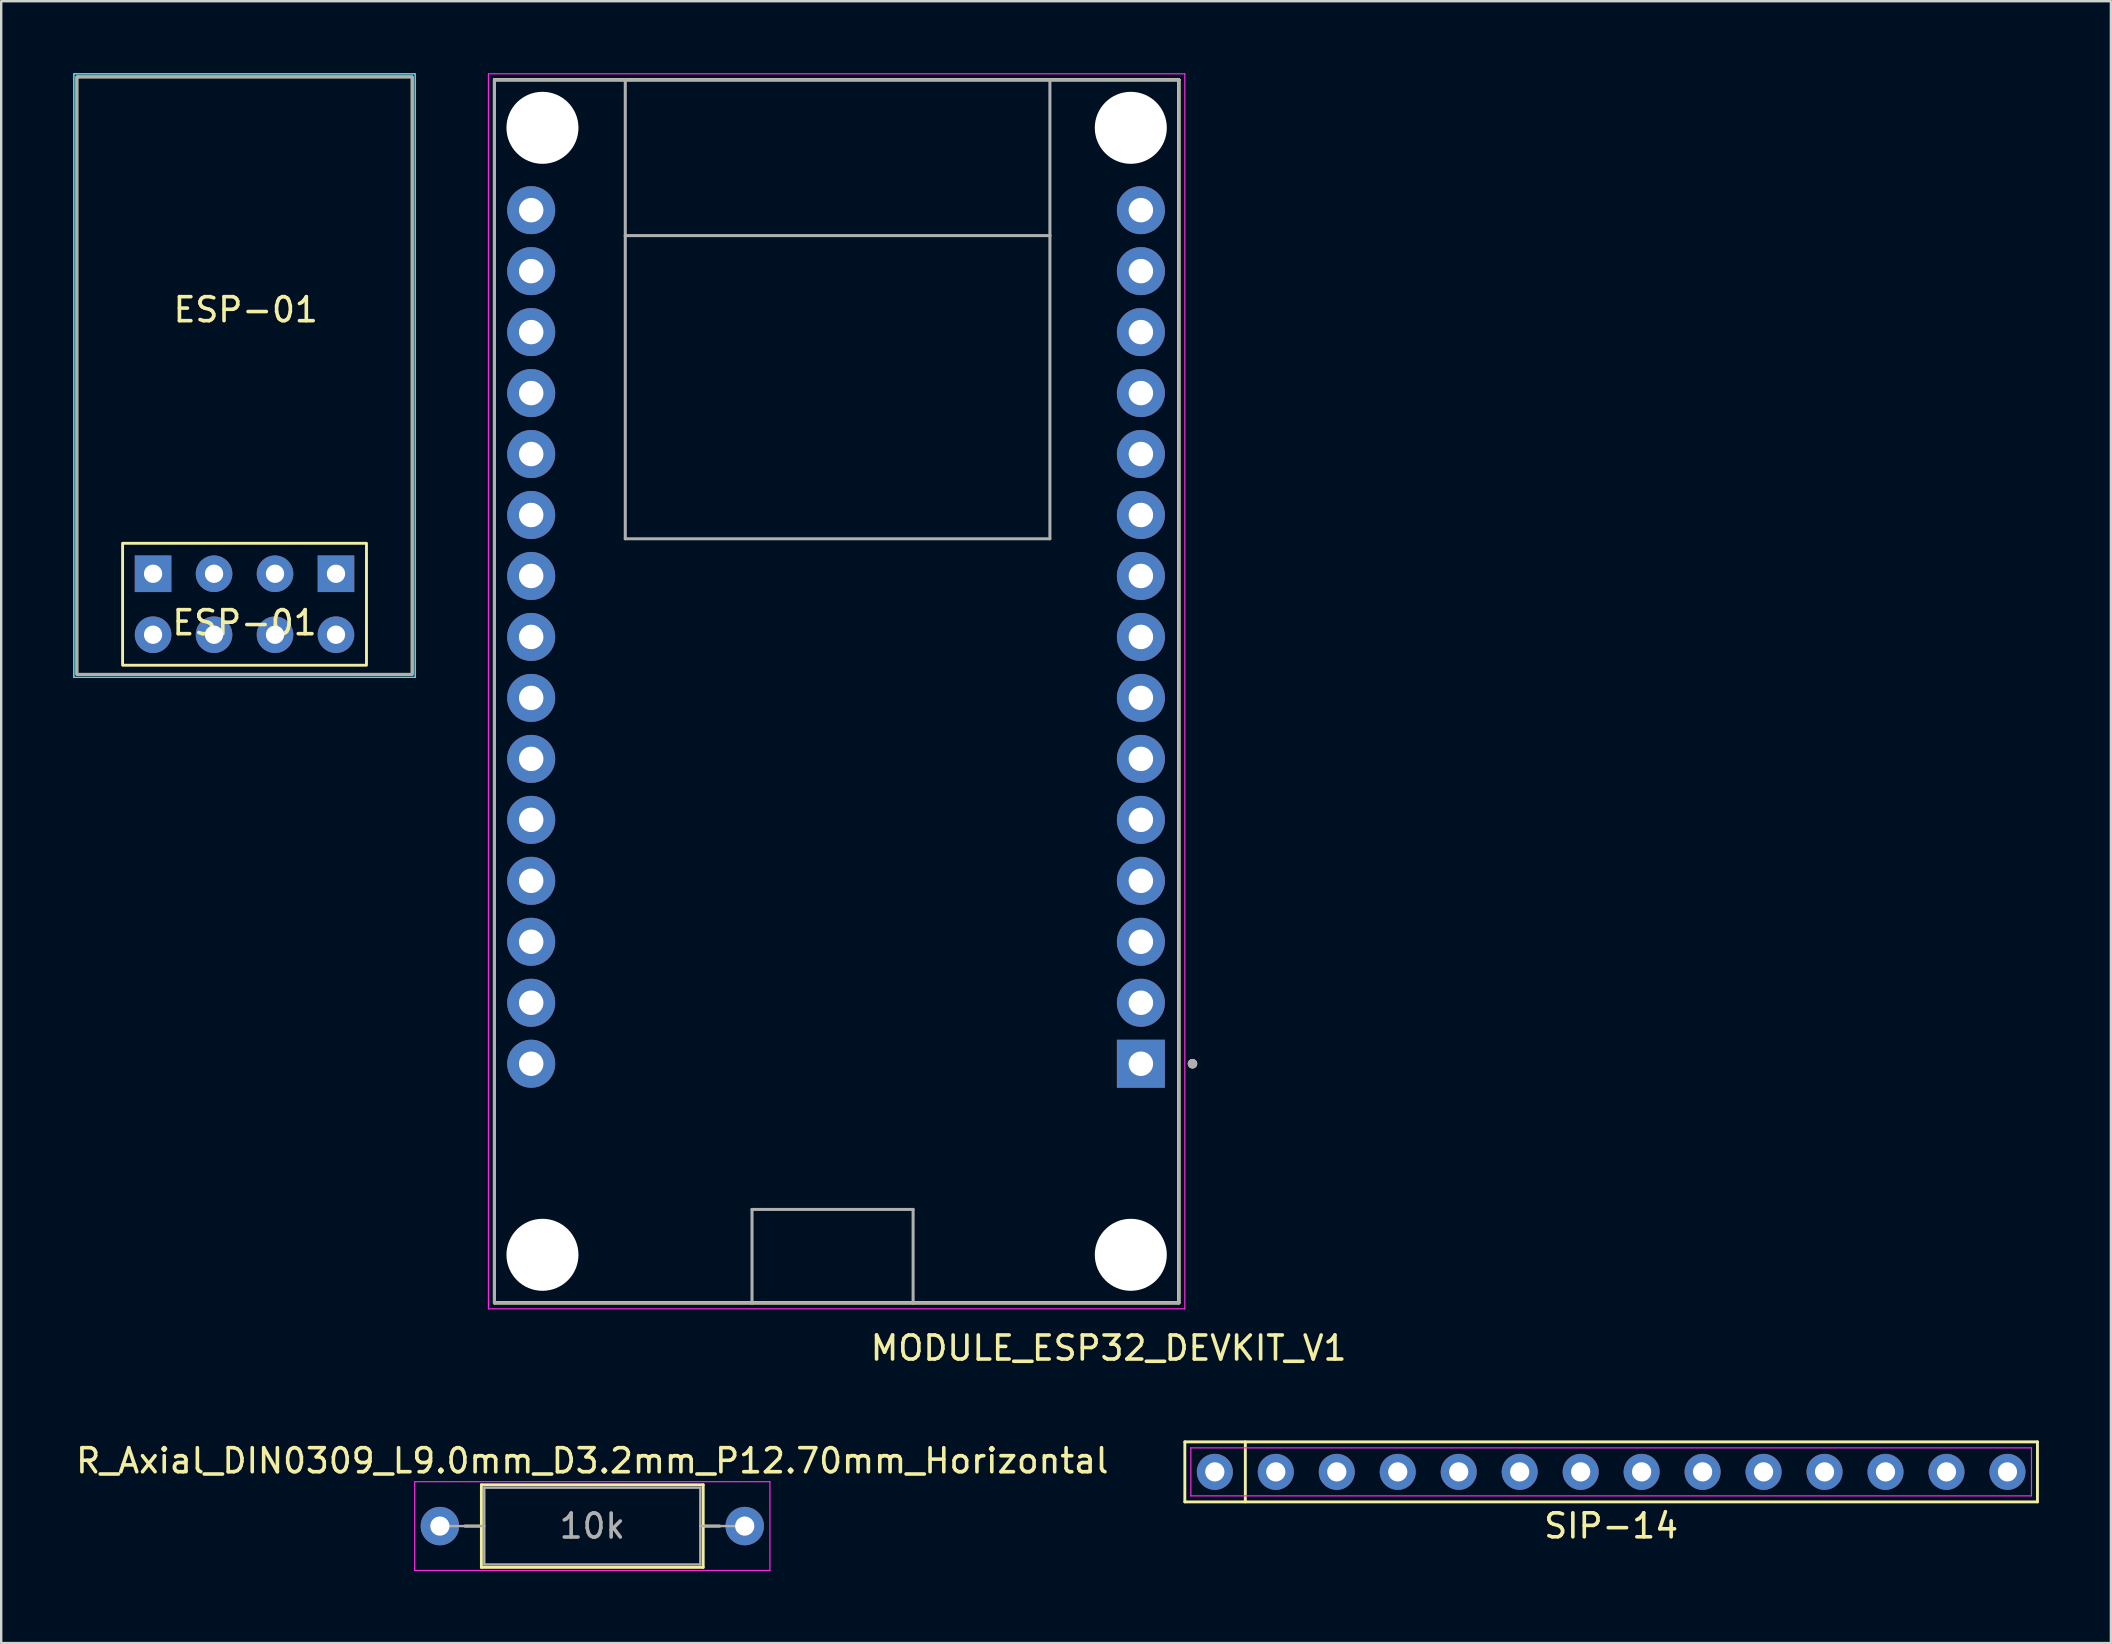
<source format=kicad_pcb>
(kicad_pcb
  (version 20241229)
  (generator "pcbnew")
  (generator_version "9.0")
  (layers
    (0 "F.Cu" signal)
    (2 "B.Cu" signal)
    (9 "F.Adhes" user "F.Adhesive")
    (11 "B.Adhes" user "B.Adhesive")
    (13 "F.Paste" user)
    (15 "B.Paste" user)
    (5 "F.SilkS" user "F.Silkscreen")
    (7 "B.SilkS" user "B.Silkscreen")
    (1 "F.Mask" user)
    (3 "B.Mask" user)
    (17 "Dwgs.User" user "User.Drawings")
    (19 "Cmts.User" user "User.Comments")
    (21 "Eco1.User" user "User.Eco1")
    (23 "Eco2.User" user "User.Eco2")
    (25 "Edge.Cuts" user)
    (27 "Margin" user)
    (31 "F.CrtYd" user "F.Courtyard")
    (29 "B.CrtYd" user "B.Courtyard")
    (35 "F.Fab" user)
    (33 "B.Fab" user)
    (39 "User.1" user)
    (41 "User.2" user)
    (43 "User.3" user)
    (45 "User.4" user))
  (footprint "MODULE_ESP32_DEVKIT_V1"
    (layer "F.Cu")
    (at 32.287 25.75)
    (property "Reference" "MODULE_ESP32_DEVKIT_V1" (at 10.847 27.36 180) (layer "F.SilkS") (effects (font (size 1 1) (thickness 0.15))))
    (attr through_hole)
    (fp_line (start -14.738 -25.475) (end 13.772 -25.475) (stroke (width 0.127) (type solid)) (layer "F.SilkS"))
    (fp_line (start -14.738 25.475) (end -14.738 -25.475) (stroke (width 0.127) (type solid)) (layer "F.SilkS"))
    (fp_line (start -14.738 25.475) (end -14.738 -25.475) (stroke (width 0.127) (type solid)) (layer "F.SilkS"))
    (fp_line (start -9.288 -25.475) (end -14.738 -25.475) (stroke (width 0.127) (type solid)) (layer "F.SilkS"))
    (fp_line (start -4.008 25.475) (end -14.738 25.475) (stroke (width 0.127) (type solid)) (layer "F.SilkS"))
    (fp_line (start 2.703 25.475) (end -4.008 25.475) (stroke (width 0.127) (type solid)) (layer "F.SilkS"))
    (fp_line (start 8.402 -25.475) (end -9.288 -25.475) (stroke (width 0.127) (type solid)) (layer "F.SilkS"))
    (fp_line (start 13.772 -25.475) (end 8.402 -25.475) (stroke (width 0.127) (type solid)) (layer "F.SilkS"))
    (fp_line (start 13.772 -25.475) (end 13.772 25.475) (stroke (width 0.127) (type solid)) (layer "F.SilkS"))
    (fp_line (start 13.772 -25.475) (end 13.772 25.475) (stroke (width 0.127) (type solid)) (layer "F.SilkS"))
    (fp_line (start 13.772 25.475) (end -14.738 25.475) (stroke (width 0.127) (type solid)) (layer "F.SilkS"))
    (fp_line (start 13.772 25.475) (end 2.703 25.475) (stroke (width 0.127) (type solid)) (layer "F.SilkS"))
    (fp_circle (center 14.342 15.515) (end 14.242 15.515) (stroke (width 0.2) (type solid)) (fill no) (layer "F.SilkS"))
    (fp_line (start -14.988 -25.725) (end -14.988 25.725) (stroke (width 0.05) (type solid)) (layer "F.CrtYd"))
    (fp_line (start -14.988 25.725) (end 14.022 25.725) (stroke (width 0.05) (type solid)) (layer "F.CrtYd"))
    (fp_line (start 14.022 -25.725) (end -14.988 -25.725) (stroke (width 0.05) (type solid)) (layer "F.CrtYd"))
    (fp_line (start 14.022 25.725) (end 14.022 -25.725) (stroke (width 0.05) (type solid)) (layer "F.CrtYd"))
    (fp_line (start -14.738 25.475) (end -14.738 -25.475) (stroke (width 0.127) (type solid)) (layer "F.Fab"))
    (fp_line (start -9.288 -25.475) (end -14.738 -25.475) (stroke (width 0.127) (type solid)) (layer "F.Fab"))
    (fp_line (start -9.288 -18.985) (end -9.288 -25.475) (stroke (width 0.127) (type solid)) (layer "F.Fab"))
    (fp_line (start -9.288 -6.355) (end -9.288 -18.985) (stroke (width 0.127) (type solid)) (layer "F.Fab"))
    (fp_line (start -4.008 21.585) (end 2.703 21.585) (stroke (width 0.127) (type solid)) (layer "F.Fab"))
    (fp_line (start -4.008 25.475) (end -14.738 25.475) (stroke (width 0.127) (type solid)) (layer "F.Fab"))
    (fp_line (start -4.008 25.475) (end -4.008 21.585) (stroke (width 0.127) (type solid)) (layer "F.Fab"))
    (fp_line (start 2.703 21.585) (end 2.703 25.475) (stroke (width 0.127) (type solid)) (layer "F.Fab"))
    (fp_line (start 2.703 25.475) (end -4.008 25.475) (stroke (width 0.127) (type solid)) (layer "F.Fab"))
    (fp_line (start 8.402 -25.475) (end -9.288 -25.475) (stroke (width 0.127) (type solid)) (layer "F.Fab"))
    (fp_line (start 8.402 -25.475) (end 8.402 -18.985) (stroke (width 0.127) (type solid)) (layer "F.Fab"))
    (fp_line (start 8.402 -18.985) (end -9.288 -18.985) (stroke (width 0.127) (type solid)) (layer "F.Fab"))
    (fp_line (start 8.402 -18.985) (end 8.402 -6.355) (stroke (width 0.127) (type solid)) (layer "F.Fab"))
    (fp_line (start 8.402 -6.355) (end -9.288 -6.355) (stroke (width 0.127) (type solid)) (layer "F.Fab"))
    (fp_line (start 13.772 -25.475) (end 8.402 -25.475) (stroke (width 0.127) (type solid)) (layer "F.Fab"))
    (fp_line (start 13.772 -25.475) (end 13.772 25.475) (stroke (width 0.127) (type solid)) (layer "F.Fab"))
    (fp_line (start 13.772 25.475) (end 2.703 25.475) (stroke (width 0.127) (type solid)) (layer "F.Fab"))
    (fp_circle (center 14.342 15.515) (end 14.242 15.515) (stroke (width 0.2) (type solid)) (fill no) (layer "F.Fab"))
    (pad "" np_thru_hole circle (at -12.738 -23.475 180) (size 3 3) (drill 3) (layers "*.Cu" "*.Mask"))
    (pad "" np_thru_hole circle (at -12.738 23.475 180) (size 3 3) (drill 3) (layers "*.Cu" "*.Mask"))
    (pad "" np_thru_hole circle (at 11.772 -23.475 180) (size 3 3) (drill 3) (layers "*.Cu" "*.Mask"))
    (pad "" np_thru_hole circle (at 11.772 23.475 180) (size 3 3) (drill 3) (layers "*.Cu" "*.Mask"))
    (pad "1" thru_hole rect (at 12.192 15.515 180) (size 2 2) (drill 1.02) (layers "*.Cu" "*.Mask"))
    (pad "2" thru_hole circle (at 12.192 12.975 180) (size 2 2) (drill 1.02) (layers "*.Cu" "*.Mask"))
    (pad "3" thru_hole circle (at 12.192 10.435 180) (size 2 2) (drill 1.02) (layers "*.Cu" "*.Mask"))
    (pad "4" thru_hole circle (at 12.192 7.895 180) (size 2 2) (drill 1.02) (layers "*.Cu" "*.Mask"))
    (pad "5" thru_hole circle (at 12.192 5.355 180) (size 2 2) (drill 1.02) (layers "*.Cu" "*.Mask"))
    (pad "6" thru_hole circle (at 12.192 2.815 180) (size 2 2) (drill 1.02) (layers "*.Cu" "*.Mask"))
    (pad "7" thru_hole circle (at 12.192 0.275 180) (size 2 2) (drill 1.02) (layers "*.Cu" "*.Mask"))
    (pad "8" thru_hole circle (at 12.192 -2.265 180) (size 2 2) (drill 1.02) (layers "*.Cu" "*.Mask"))
    (pad "9" thru_hole circle (at 12.192 -4.805 180) (size 2 2) (drill 1.02) (layers "*.Cu" "*.Mask"))
    (pad "10" thru_hole circle (at 12.192 -7.345 180) (size 2 2) (drill 1.02) (layers "*.Cu" "*.Mask"))
    (pad "11" thru_hole circle (at 12.192 -9.885 180) (size 2 2) (drill 1.02) (layers "*.Cu" "*.Mask"))
    (pad "12" thru_hole circle (at 12.192 -12.425 180) (size 2 2) (drill 1.02) (layers "*.Cu" "*.Mask"))
    (pad "13" thru_hole circle (at 12.192 -14.965 180) (size 2 2) (drill 1.02) (layers "*.Cu" "*.Mask"))
    (pad "14" thru_hole circle (at 12.192 -17.505 180) (size 2 2) (drill 1.02) (layers "*.Cu" "*.Mask"))
    (pad "15" thru_hole circle (at 12.192 -20.045 180) (size 2 2) (drill 1.02) (layers "*.Cu" "*.Mask"))
    (pad "16" thru_hole circle (at -13.208 -20.045 180) (size 2 2) (drill 1.02) (layers "*.Cu" "*.Mask"))
    (pad "17" thru_hole circle (at -13.208 -17.505 180) (size 2 2) (drill 1.02) (layers "*.Cu" "*.Mask"))
    (pad "18" thru_hole circle (at -13.208 -14.965 180) (size 2 2) (drill 1.02) (layers "*.Cu" "*.Mask"))
    (pad "19" thru_hole circle (at -13.208 -12.425 180) (size 2 2) (drill 1.02) (layers "*.Cu" "*.Mask"))
    (pad "20" thru_hole circle (at -13.208 -9.885 180) (size 2 2) (drill 1.02) (layers "*.Cu" "*.Mask"))
    (pad "21" thru_hole circle (at -13.208 -7.345 180) (size 2 2) (drill 1.02) (layers "*.Cu" "*.Mask"))
    (pad "22" thru_hole circle (at -13.208 -4.805 180) (size 2 2) (drill 1.02) (layers "*.Cu" "*.Mask"))
    (pad "23" thru_hole circle (at -13.208 -2.265 180) (size 2 2) (drill 1.02) (layers "*.Cu" "*.Mask"))
    (pad "24" thru_hole circle (at -13.208 0.275 180) (size 2 2) (drill 1.02) (layers "*.Cu" "*.Mask"))
    (pad "25" thru_hole circle (at -13.208 2.815 180) (size 2 2) (drill 1.02) (layers "*.Cu" "*.Mask"))
    (pad "26" thru_hole circle (at -13.208 5.355 180) (size 2 2) (drill 1.02) (layers "*.Cu" "*.Mask"))
    (pad "27" thru_hole circle (at -13.208 7.895 180) (size 2 2) (drill 1.02) (layers "*.Cu" "*.Mask"))
    (pad "28" thru_hole circle (at -13.208 10.435 180) (size 2 2) (drill 1.02) (layers "*.Cu" "*.Mask"))
    (pad "29" thru_hole circle (at -13.208 12.975 180) (size 2 2) (drill 1.02) (layers "*.Cu" "*.Mask"))
    (pad "30" thru_hole circle (at -13.208 15.515 180) (size 2 2) (drill 1.02) (layers "*.Cu" "*.Mask")))
  (footprint "SIP-14"
    (layer "F.Cu")
    (at 64.07 58.268)
    (property "Reference" "SIP-14" (at 0 2.25 0) (layer "F.SilkS") (effects (font (size 1 1) (thickness 0.15))))
    (fp_line (start -17.76 -1.25) (end 17.76 -1.25) (stroke (width 0.12) (type default)) (layer "F.SilkS"))
    (fp_line (start -17.76 1.25) (end -17.76 -1.25) (stroke (width 0.12) (type default)) (layer "F.SilkS"))
    (fp_line (start -15.24 -1.25) (end -15.24 1.25) (stroke (width 0.12) (type default)) (layer "F.SilkS"))
    (fp_line (start 17.76 -1.25) (end 17.76 1.25) (stroke (width 0.12) (type default)) (layer "F.SilkS"))
    (fp_line (start 17.76 1.25) (end -17.76 1.25) (stroke (width 0.12) (type default)) (layer "F.SilkS"))
    (fp_line (start -17.51 -1) (end 17.51 -1) (stroke (width 0.05) (type default)) (layer "F.CrtYd"))
    (fp_line (start -17.51 1) (end -17.51 -1) (stroke (width 0.05) (type default)) (layer "F.CrtYd"))
    (fp_line (start 17.51 -1) (end 17.51 1) (stroke (width 0.05) (type default)) (layer "F.CrtYd"))
    (fp_line (start 17.51 1) (end -17.51 1) (stroke (width 0.05) (type default)) (layer "F.CrtYd"))
    (pad "1" thru_hole circle (at -16.51 0) (size 1.5 1.5) (drill 0.8) (layers "*.Cu" "*.Mask"))
    (pad "2" thru_hole circle (at -13.97 0) (size 1.5 1.5) (drill 0.8) (layers "*.Cu" "*.Mask"))
    (pad "3" thru_hole circle (at -11.43 0) (size 1.5 1.5) (drill 0.8) (layers "*.Cu" "*.Mask"))
    (pad "4" thru_hole circle (at -8.89 0) (size 1.5 1.5) (drill 0.8) (layers "*.Cu" "*.Mask"))
    (pad "5" thru_hole circle (at -6.35 0) (size 1.5 1.5) (drill 0.8) (layers "*.Cu" "*.Mask"))
    (pad "6" thru_hole circle (at -3.81 0) (size 1.5 1.5) (drill 0.8) (layers "*.Cu" "*.Mask"))
    (pad "7" thru_hole circle (at -1.27 0) (size 1.5 1.5) (drill 0.8) (layers "*.Cu" "*.Mask"))
    (pad "8" thru_hole circle (at 1.27 0) (size 1.5 1.5) (drill 0.8) (layers "*.Cu" "*.Mask"))
    (pad "9" thru_hole circle (at 3.81 0) (size 1.5 1.5) (drill 0.8) (layers "*.Cu" "*.Mask"))
    (pad "10" thru_hole circle (at 6.35 0) (size 1.5 1.5) (drill 0.8) (layers "*.Cu" "*.Mask"))
    (pad "11" thru_hole circle (at 8.89 0) (size 1.5 1.5) (drill 0.8) (layers "*.Cu" "*.Mask"))
    (pad "12" thru_hole circle (at 11.43 0) (size 1.5 1.5) (drill 0.8) (layers "*.Cu" "*.Mask"))
    (pad "13" thru_hole circle (at 13.97 0) (size 1.5 1.5) (drill 0.8) (layers "*.Cu" "*.Mask"))
    (pad "14" thru_hole circle (at 16.51 0) (size 1.5 1.5) (drill 0.8) (layers "*.Cu" "*.Mask")))
  (footprint "ESP-01"
    (layer "F.Cu")
    (at 7.137 23.393)
    (property "Reference" "ESP-01" (at 0 -0.5 0) (unlocked yes) (layer "F.SilkS") (effects (font (size 1 1) (thickness 0.15))))
    (attr through_hole)
    (fp_rect (start -6.985 -23.241) (end 6.985 1.651) (stroke (width 0.12) (type default)) (fill no) (layer "F.SilkS"))
    (fp_rect (start 5.08 1.27) (end -5.08 -3.81) (stroke (width 0.12) (type default)) (fill no) (layer "F.SilkS"))
    (fp_rect (start -7.112 1.778) (end 7.112 -23.368) (stroke (width 0.05) (type default)) (fill no) (layer "B.CrtYd"))
    (fp_rect (start -7.112 1.778) (end 7.112 -23.368) (stroke (width 0.05) (type default)) (fill no) (layer "F.Fab"))
    (fp_rect (start -6.985 -23.241) (end 6.985 1.651) (stroke (width 0.12) (type default)) (fill no) (layer "F.Fab"))
    (fp_text user "ESP-01" (at -3.048 -12.954 0) (unlocked yes) (layer "F.SilkS") (effects (font (size 1 1) (thickness 0.15)) (justify left bottom)))
    (pad "EN" thru_hole circle (at -1.27 0) (size 1.524 1.524) (drill 0.762) (layers "*.Cu" "*.Mask"))
    (pad "GND" thru_hole rect (at -3.81 -2.54) (size 1.524 1.524) (drill 0.762) (layers "*.Cu" "*.Mask"))
    (pad "IO0" thru_hole circle (at 1.27 -2.54) (size 1.524 1.524) (drill 0.762) (layers "*.Cu" "*.Mask"))
    (pad "IO2" thru_hole circle (at -1.27 -2.54) (size 1.524 1.524) (drill 0.762) (layers "*.Cu" "*.Mask"))
    (pad "RST" thru_hole circle (at 1.27 0) (size 1.524 1.524) (drill 0.762) (layers "*.Cu" "*.Mask"))
    (pad "RXD" thru_hole rect (at 3.81 -2.54) (size 1.524 1.524) (drill 0.762) (layers "*.Cu" "*.Mask"))
    (pad "TXD" thru_hole circle (at -3.81 0) (size 1.524 1.524) (drill 0.762) (layers "*.Cu" "*.Mask"))
    (pad "VCC" thru_hole circle (at 3.81 0) (size 1.524 1.524) (drill 0.762) (layers "*.Cu" "*.Mask")))
  (footprint "R_Axial_DIN0309_L9.0mm_D3.2mm_P12.70mm_Horizontal"
    (layer "F.Cu")
    (at 15.275 60.526)
    (property "Reference" "R_Axial_DIN0309_L9.0mm_D3.2mm_P12.70mm_Horizontal" (at 6.35 -2.72 0) (layer "F.SilkS") (effects (font (size 1 1) (thickness 0.15))))
    (attr through_hole)
    (fp_line (start 1.04 0) (end 1.73 0) (stroke (width 0.12) (type solid)) (layer "F.SilkS"))
    (fp_line (start 1.73 -1.72) (end 1.73 1.72) (stroke (width 0.12) (type solid)) (layer "F.SilkS"))
    (fp_line (start 1.73 1.72) (end 10.97 1.72) (stroke (width 0.12) (type solid)) (layer "F.SilkS"))
    (fp_line (start 10.97 -1.72) (end 1.73 -1.72) (stroke (width 0.12) (type solid)) (layer "F.SilkS"))
    (fp_line (start 10.97 1.72) (end 10.97 -1.72) (stroke (width 0.12) (type solid)) (layer "F.SilkS"))
    (fp_line (start 11.66 0) (end 10.97 0) (stroke (width 0.12) (type solid)) (layer "F.SilkS"))
    (fp_line (start -1.05 -1.85) (end -1.05 1.85) (stroke (width 0.05) (type solid)) (layer "F.CrtYd"))
    (fp_line (start -1.05 1.85) (end 13.75 1.85) (stroke (width 0.05) (type solid)) (layer "F.CrtYd"))
    (fp_line (start 13.75 -1.85) (end -1.05 -1.85) (stroke (width 0.05) (type solid)) (layer "F.CrtYd"))
    (fp_line (start 13.75 1.85) (end 13.75 -1.85) (stroke (width 0.05) (type solid)) (layer "F.CrtYd"))
    (fp_line (start 0 0) (end 1.85 0) (stroke (width 0.1) (type solid)) (layer "F.Fab"))
    (fp_line (start 1.85 -1.6) (end 1.85 1.6) (stroke (width 0.1) (type solid)) (layer "F.Fab"))
    (fp_line (start 1.85 1.6) (end 10.85 1.6) (stroke (width 0.1) (type solid)) (layer "F.Fab"))
    (fp_line (start 10.85 -1.6) (end 1.85 -1.6) (stroke (width 0.1) (type solid)) (layer "F.Fab"))
    (fp_line (start 10.85 1.6) (end 10.85 -1.6) (stroke (width 0.1) (type solid)) (layer "F.Fab"))
    (fp_line (start 12.7 0) (end 10.85 0) (stroke (width 0.1) (type solid)) (layer "F.Fab"))
    (fp_text user "10k" (at 6.35 0 0) (layer "F.Fab") (effects (font (size 1 1) (thickness 0.15))))
    (pad "1" thru_hole circle (at 0 0) (size 1.6 1.6) (drill 0.8) (layers "*.Cu" "*.Mask"))
    (pad "2" thru_hole oval (at 12.7 0) (size 1.6 1.6) (drill 0.8) (layers "*.Cu" "*.Mask")))
  (gr_rect
    (start -3 -3)
    (end 84.89 65.401)
    (stroke (width 0.1) (type default))
    (fill no)
    (layer "Edge.Cuts")))
</source>
